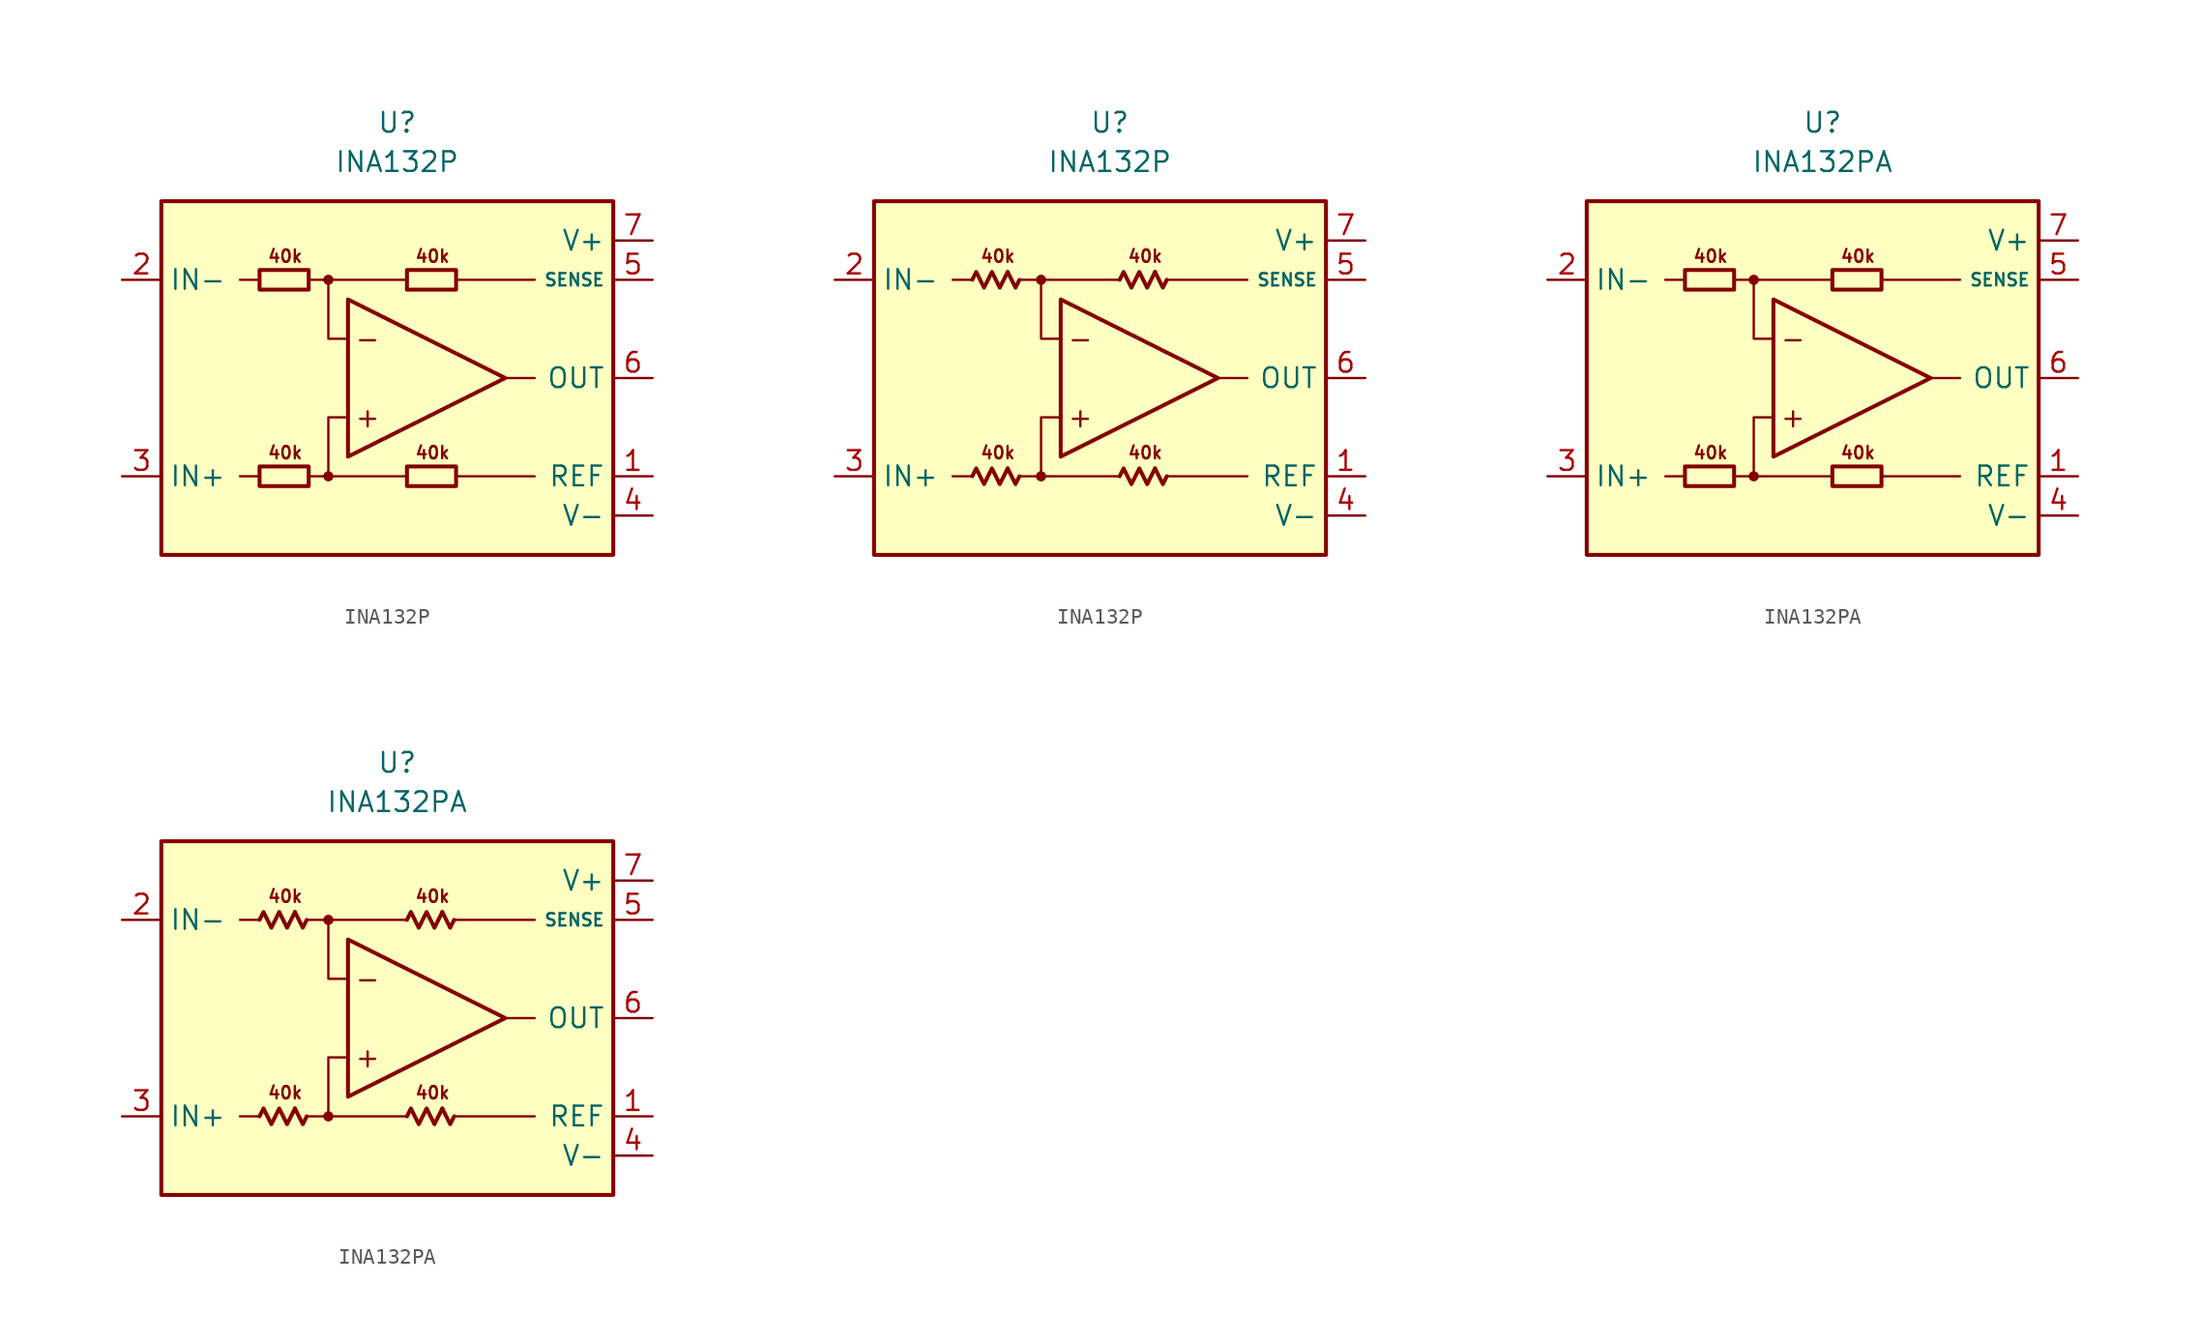
<source format=kicad_sym>
(kicad_symbol_lib
  (version 20231120)
  (generator "kicad_symbol_editor")
  (generator_version "8.0")
  (symbol "INA132P"
    (property "Reference" "U"
      (at 0 16.51 0)
      (effects (font (size 1.27 1.27))))
    (property "Value" "INA132P"
      (at 0 13.97 0)
      (effects (font (size 1.27 1.27))))
    (symbol "INA132P_0_0"
      (rectangle (start -15.24 11.43) (end 13.97 -11.43) (stroke (width 0.254) (type default)) (fill (type background)))
      (circle (center -4.445 -6.35) (radius 0.254) (stroke (width 0.152) (type default)) (fill (type outline)))
      (circle (center -4.445 6.35) (radius 0.254) (stroke (width 0.152) (type default)) (fill (type outline)))
      (polyline (pts (xy -8.89 -6.35) (xy -10.16 -6.35)) (stroke (width 0.152) (type default)) (fill (type none)))
      (polyline (pts (xy -8.89 6.35) (xy -10.16 6.35)) (stroke (width 0.152) (type default)) (fill (type none)))
      (polyline (pts (xy -4.445 6.35) (xy 0.635 6.35)) (stroke (width 0.152) (type default)) (fill (type none)))
      (polyline (pts (xy 0.635 -6.35) (xy -4.445 -6.35)) (stroke (width 0.152) (type default)) (fill (type none)))
      (polyline (pts (xy 3.81 -6.35) (xy 8.89 -6.35)) (stroke (width 0.152) (type default)) (fill (type none)))
      (polyline (pts (xy 3.81 6.35) (xy 8.89 6.35)) (stroke (width 0.152) (type default)) (fill (type none)))
      (polyline (pts (xy 8.89 0) (xy 6.985 0)) (stroke (width 0.152) (type default)) (fill (type none)))
      (polyline (pts (xy -5.715 -6.35) (xy -4.445 -6.35) (xy -4.445 -2.54) (xy -3.175 -2.54)) (stroke (width 0.152) (type default)) (fill (type none)))
      (polyline (pts (xy -3.175 2.54) (xy -4.445 2.54) (xy -4.445 6.35) (xy -5.715 6.35)) (stroke (width 0.152) (type default)) (fill (type none)))
      (polyline (pts (xy -3.175 5.08) (xy -3.175 -5.08) (xy 6.985 0) (xy -3.175 5.08)) (stroke (width 0.254) (type default)) (fill (type none)))
      (text "+" (at -1.905 -2.54 0) (effects (font (size 1.27 1.27))))
      (text "-" (at -1.905 2.54 0) (effects (font (size 1.27 1.27))))
      (text "40k" (at -7.239 -4.826 0) (effects (font (size 0.8 0.8))))
      (text "40k" (at -7.239 7.874 0) (effects (font (size 0.8 0.8))))
      (text "40k" (at 2.286 -4.826 0) (effects (font (size 0.8 0.8))))
      (text "40k" (at 2.286 7.874 0) (effects (font (size 0.8 0.8)))))
    (symbol "INA132P_0_1"
      (rectangle (start -8.89 -5.715) (end -5.715 -6.985) (stroke (width 0.254) (type default)) (fill (type none)))
      (rectangle (start -8.89 6.985) (end -5.715 5.715) (stroke (width 0.254) (type default)) (fill (type none)))
      (rectangle (start 0.635 -5.715) (end 3.81 -6.985) (stroke (width 0.254) (type default)) (fill (type none)))
      (rectangle (start 0.635 6.985) (end 3.81 5.715) (stroke (width 0.254) (type default)) (fill (type none))))
    (symbol "INA132P_0_2"
      (polyline (pts (xy -6.604 -5.842) (xy -6.096 -6.858) (xy -5.842 -6.35)) (stroke (width 0.254) (type default)) (fill (type none)))
      (polyline (pts (xy -6.604 6.858) (xy -6.096 5.842) (xy -5.842 6.35)) (stroke (width 0.254) (type default)) (fill (type none)))
      (polyline (pts (xy 2.921 -5.842) (xy 3.429 -6.858) (xy 3.683 -6.35)) (stroke (width 0.254) (type default)) (fill (type none)))
      (polyline (pts (xy 2.921 6.858) (xy 3.429 5.842) (xy 3.683 6.35)) (stroke (width 0.254) (type default)) (fill (type none)))
      (polyline (pts (xy -8.89 -6.35) (xy -8.636 -5.842) (xy -8.128 -6.858) (xy -7.62 -5.842) (xy -7.112 -6.858) (xy -6.604 -5.842)) (stroke (width 0.254) (type default)) (fill (type none)))
      (polyline (pts (xy -8.89 6.35) (xy -8.636 6.858) (xy -8.128 5.842) (xy -7.62 6.858) (xy -7.112 5.842) (xy -6.604 6.858)) (stroke (width 0.254) (type default)) (fill (type none)))
      (polyline (pts (xy 0.635 -6.35) (xy 0.889 -5.842) (xy 1.397 -6.858) (xy 1.905 -5.842) (xy 2.413 -6.858) (xy 2.921 -5.842)) (stroke (width 0.254) (type default)) (fill (type none)))
      (polyline (pts (xy 0.635 6.35) (xy 0.889 6.858) (xy 1.397 5.842) (xy 1.905 6.858) (xy 2.413 5.842) (xy 2.921 6.858)) (stroke (width 0.254) (type default)) (fill (type none))))
    (symbol "INA132P_1_1"
      (pin input line (at 16.51 -6.35 180) (length 2.54) (name "REF" (effects (font (size 1.27 1.27)))) (number "1" (effects (font (size 1.27 1.27)))))
      (pin input line (at -17.78 6.35 0) (length 2.54) (name "IN-" (effects (font (size 1.27 1.27)))) (number "2" (effects (font (size 1.27 1.27)))))
      (pin input line (at -17.78 -6.35 0) (length 2.54) (name "IN+" (effects (font (size 1.27 1.27)))) (number "3" (effects (font (size 1.27 1.27)))))
      (pin power_in line (at 16.51 -8.89 180) (length 2.54) (name "V-" (effects (font (size 1.27 1.27)))) (number "4" (effects (font (size 1.27 1.27)))))
      (pin input line (at 16.51 6.35 180) (length 2.54) (name "SENSE" (effects (font (size 0.8 0.8)))) (number "5" (effects (font (size 1.27 1.27)))))
      (pin output line (at 16.51 0 180) (length 2.54) (name "OUT" (effects (font (size 1.27 1.27)))) (number "6" (effects (font (size 1.27 1.27)))))
      (pin power_in line (at 16.51 8.89 180) (length 2.54) (name "V+" (effects (font (size 1.27 1.27)))) (number "7" (effects (font (size 1.27 1.27)))))
      (pin free line (at -10.16 0 0) (length 2.54) hide (name "NC" (effects (font (size 1.27 1.27)))) (number "8" (effects (font (size 1.27 1.27))))))
    (symbol "INA132P_1_2"
      (pin input line (at 16.51 -6.35 180) (length 2.54) (name "REF" (effects (font (size 1.27 1.27)))) (number "1" (effects (font (size 1.27 1.27)))))
      (pin input line (at -17.78 6.35 0) (length 2.54) (name "IN-" (effects (font (size 1.27 1.27)))) (number "2" (effects (font (size 1.27 1.27)))))
      (pin input line (at -17.78 -6.35 0) (length 2.54) (name "IN+" (effects (font (size 1.27 1.27)))) (number "3" (effects (font (size 1.27 1.27)))))
      (pin power_in line (at 16.51 -8.89 180) (length 2.54) (name "V-" (effects (font (size 1.27 1.27)))) (number "4" (effects (font (size 1.27 1.27)))))
      (pin input line (at 16.51 6.35 180) (length 2.54) (name "SENSE" (effects (font (size 0.8 0.8)))) (number "5" (effects (font (size 1.27 1.27)))))
      (pin output line (at 16.51 0 180) (length 2.54) (name "OUT" (effects (font (size 1.27 1.27)))) (number "6" (effects (font (size 1.27 1.27)))))
      (pin power_in line (at 16.51 8.89 180) (length 2.54) (name "V+" (effects (font (size 1.27 1.27)))) (number "7" (effects (font (size 1.27 1.27)))))
      (pin free line (at -10.16 0 0) (length 2.54) hide (name "NC" (effects (font (size 1.27 1.27)))) (number "8" (effects (font (size 1.27 1.27)))))))
  (symbol "INA132PA"
    (property "Reference" "U"
      (at 0 16.51 0)
      (effects (font (size 1.27 1.27))))
    (property "Value" "INA132PA"
      (at 0 13.97 0)
      (effects (font (size 1.27 1.27))))
    (symbol "INA132PA_0_0"
      (rectangle (start -15.24 11.43) (end 13.97 -11.43) (stroke (width 0.254) (type default)) (fill (type background)))
      (circle (center -4.445 -6.35) (radius 0.254) (stroke (width 0.152) (type default)) (fill (type outline)))
      (circle (center -4.445 6.35) (radius 0.254) (stroke (width 0.152) (type default)) (fill (type outline)))
      (polyline (pts (xy -8.89 -6.35) (xy -10.16 -6.35)) (stroke (width 0.152) (type default)) (fill (type none)))
      (polyline (pts (xy -8.89 6.35) (xy -10.16 6.35)) (stroke (width 0.152) (type default)) (fill (type none)))
      (polyline (pts (xy -4.445 6.35) (xy 0.635 6.35)) (stroke (width 0.152) (type default)) (fill (type none)))
      (polyline (pts (xy 0.635 -6.35) (xy -4.445 -6.35)) (stroke (width 0.152) (type default)) (fill (type none)))
      (polyline (pts (xy 3.81 -6.35) (xy 8.89 -6.35)) (stroke (width 0.152) (type default)) (fill (type none)))
      (polyline (pts (xy 3.81 6.35) (xy 8.89 6.35)) (stroke (width 0.152) (type default)) (fill (type none)))
      (polyline (pts (xy 8.89 0) (xy 6.985 0)) (stroke (width 0.152) (type default)) (fill (type none)))
      (polyline (pts (xy -5.715 -6.35) (xy -4.445 -6.35) (xy -4.445 -2.54) (xy -3.175 -2.54)) (stroke (width 0.152) (type default)) (fill (type none)))
      (polyline (pts (xy -3.175 2.54) (xy -4.445 2.54) (xy -4.445 6.35) (xy -5.715 6.35)) (stroke (width 0.152) (type default)) (fill (type none)))
      (polyline (pts (xy -3.175 5.08) (xy -3.175 -5.08) (xy 6.985 0) (xy -3.175 5.08)) (stroke (width 0.254) (type default)) (fill (type none)))
      (text "+" (at -1.905 -2.54 0) (effects (font (size 1.27 1.27))))
      (text "-" (at -1.905 2.54 0) (effects (font (size 1.27 1.27))))
      (text "40k" (at -7.239 -4.826 0) (effects (font (size 0.8 0.8))))
      (text "40k" (at -7.239 7.874 0) (effects (font (size 0.8 0.8))))
      (text "40k" (at 2.286 -4.826 0) (effects (font (size 0.8 0.8))))
      (text "40k" (at 2.286 7.874 0) (effects (font (size 0.8 0.8)))))
    (symbol "INA132PA_0_1"
      (rectangle (start -8.89 -5.715) (end -5.715 -6.985) (stroke (width 0.254) (type default)) (fill (type none)))
      (rectangle (start -8.89 6.985) (end -5.715 5.715) (stroke (width 0.254) (type default)) (fill (type none)))
      (rectangle (start 0.635 -5.715) (end 3.81 -6.985) (stroke (width 0.254) (type default)) (fill (type none)))
      (rectangle (start 0.635 6.985) (end 3.81 5.715) (stroke (width 0.254) (type default)) (fill (type none))))
    (symbol "INA132PA_0_2"
      (polyline (pts (xy -6.604 -5.842) (xy -6.096 -6.858) (xy -5.842 -6.35)) (stroke (width 0.254) (type default)) (fill (type none)))
      (polyline (pts (xy -6.604 6.858) (xy -6.096 5.842) (xy -5.842 6.35)) (stroke (width 0.254) (type default)) (fill (type none)))
      (polyline (pts (xy 2.921 -5.842) (xy 3.429 -6.858) (xy 3.683 -6.35)) (stroke (width 0.254) (type default)) (fill (type none)))
      (polyline (pts (xy 2.921 6.858) (xy 3.429 5.842) (xy 3.683 6.35)) (stroke (width 0.254) (type default)) (fill (type none)))
      (polyline (pts (xy -8.89 -6.35) (xy -8.636 -5.842) (xy -8.128 -6.858) (xy -7.62 -5.842) (xy -7.112 -6.858) (xy -6.604 -5.842)) (stroke (width 0.254) (type default)) (fill (type none)))
      (polyline (pts (xy -8.89 6.35) (xy -8.636 6.858) (xy -8.128 5.842) (xy -7.62 6.858) (xy -7.112 5.842) (xy -6.604 6.858)) (stroke (width 0.254) (type default)) (fill (type none)))
      (polyline (pts (xy 0.635 -6.35) (xy 0.889 -5.842) (xy 1.397 -6.858) (xy 1.905 -5.842) (xy 2.413 -6.858) (xy 2.921 -5.842)) (stroke (width 0.254) (type default)) (fill (type none)))
      (polyline (pts (xy 0.635 6.35) (xy 0.889 6.858) (xy 1.397 5.842) (xy 1.905 6.858) (xy 2.413 5.842) (xy 2.921 6.858)) (stroke (width 0.254) (type default)) (fill (type none))))
    (symbol "INA132PA_1_1"
      (pin input line (at 16.51 -6.35 180) (length 2.54) (name "REF" (effects (font (size 1.27 1.27)))) (number "1" (effects (font (size 1.27 1.27)))))
      (pin input line (at -17.78 6.35 0) (length 2.54) (name "IN-" (effects (font (size 1.27 1.27)))) (number "2" (effects (font (size 1.27 1.27)))))
      (pin input line (at -17.78 -6.35 0) (length 2.54) (name "IN+" (effects (font (size 1.27 1.27)))) (number "3" (effects (font (size 1.27 1.27)))))
      (pin power_in line (at 16.51 -8.89 180) (length 2.54) (name "V-" (effects (font (size 1.27 1.27)))) (number "4" (effects (font (size 1.27 1.27)))))
      (pin input line (at 16.51 6.35 180) (length 2.54) (name "SENSE" (effects (font (size 0.8 0.8)))) (number "5" (effects (font (size 1.27 1.27)))))
      (pin output line (at 16.51 0 180) (length 2.54) (name "OUT" (effects (font (size 1.27 1.27)))) (number "6" (effects (font (size 1.27 1.27)))))
      (pin power_in line (at 16.51 8.89 180) (length 2.54) (name "V+" (effects (font (size 1.27 1.27)))) (number "7" (effects (font (size 1.27 1.27)))))
      (pin free line (at -10.16 0 0) (length 2.54) hide (name "NC" (effects (font (size 1.27 1.27)))) (number "8" (effects (font (size 1.27 1.27))))))
    (symbol "INA132PA_1_2"
      (pin input line (at 16.51 -6.35 180) (length 2.54) (name "REF" (effects (font (size 1.27 1.27)))) (number "1" (effects (font (size 1.27 1.27)))))
      (pin input line (at -17.78 6.35 0) (length 2.54) (name "IN-" (effects (font (size 1.27 1.27)))) (number "2" (effects (font (size 1.27 1.27)))))
      (pin input line (at -17.78 -6.35 0) (length 2.54) (name "IN+" (effects (font (size 1.27 1.27)))) (number "3" (effects (font (size 1.27 1.27)))))
      (pin power_in line (at 16.51 -8.89 180) (length 2.54) (name "V-" (effects (font (size 1.27 1.27)))) (number "4" (effects (font (size 1.27 1.27)))))
      (pin input line (at 16.51 6.35 180) (length 2.54) (name "SENSE" (effects (font (size 0.8 0.8)))) (number "5" (effects (font (size 1.27 1.27)))))
      (pin output line (at 16.51 0 180) (length 2.54) (name "OUT" (effects (font (size 1.27 1.27)))) (number "6" (effects (font (size 1.27 1.27)))))
      (pin power_in line (at 16.51 8.89 180) (length 2.54) (name "V+" (effects (font (size 1.27 1.27)))) (number "7" (effects (font (size 1.27 1.27)))))
      (pin free line (at -10.16 0 0) (length 2.54) hide (name "NC" (effects (font (size 1.27 1.27)))) (number "8" (effects (font (size 1.27 1.27))))))))
</source>
